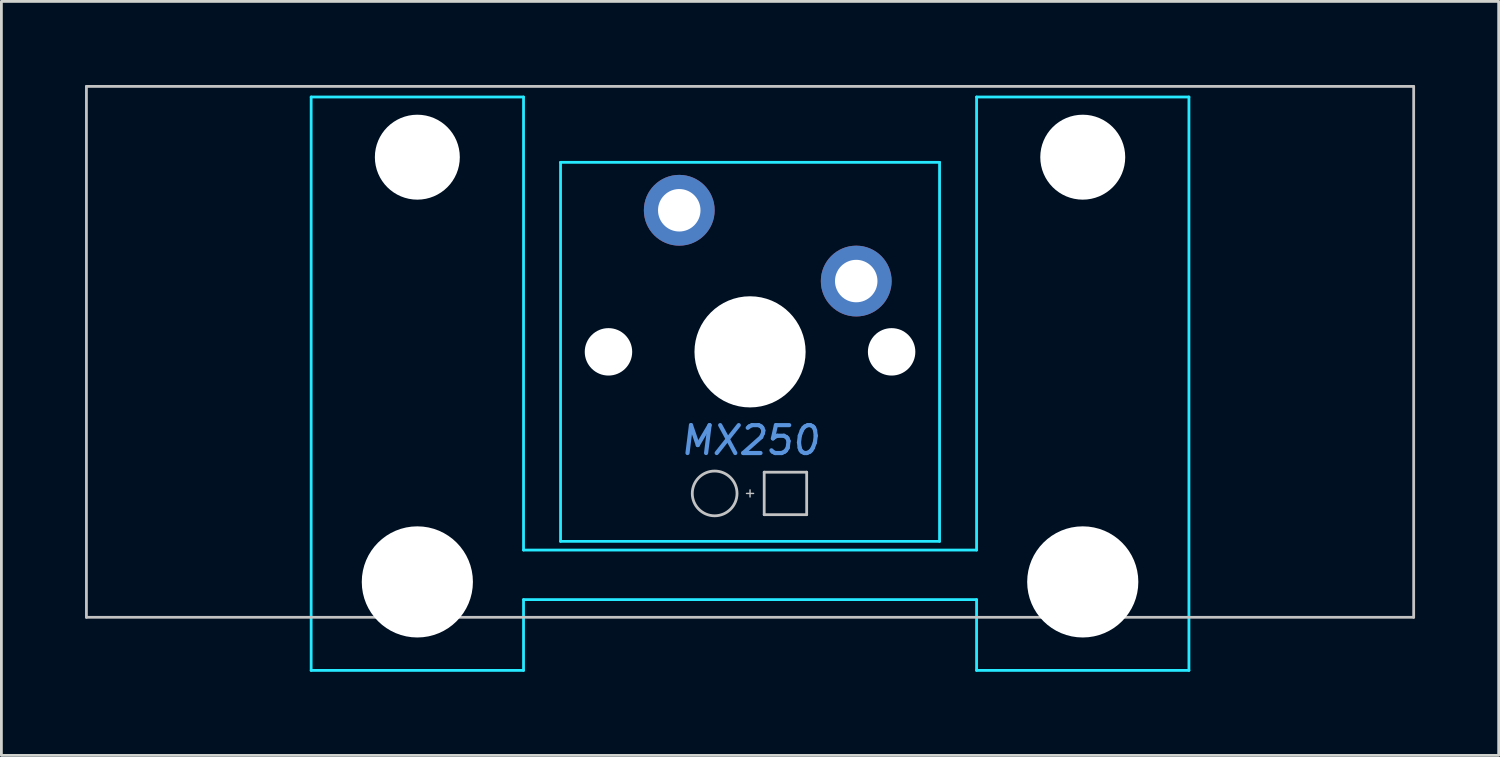
<source format=kicad_pcb>
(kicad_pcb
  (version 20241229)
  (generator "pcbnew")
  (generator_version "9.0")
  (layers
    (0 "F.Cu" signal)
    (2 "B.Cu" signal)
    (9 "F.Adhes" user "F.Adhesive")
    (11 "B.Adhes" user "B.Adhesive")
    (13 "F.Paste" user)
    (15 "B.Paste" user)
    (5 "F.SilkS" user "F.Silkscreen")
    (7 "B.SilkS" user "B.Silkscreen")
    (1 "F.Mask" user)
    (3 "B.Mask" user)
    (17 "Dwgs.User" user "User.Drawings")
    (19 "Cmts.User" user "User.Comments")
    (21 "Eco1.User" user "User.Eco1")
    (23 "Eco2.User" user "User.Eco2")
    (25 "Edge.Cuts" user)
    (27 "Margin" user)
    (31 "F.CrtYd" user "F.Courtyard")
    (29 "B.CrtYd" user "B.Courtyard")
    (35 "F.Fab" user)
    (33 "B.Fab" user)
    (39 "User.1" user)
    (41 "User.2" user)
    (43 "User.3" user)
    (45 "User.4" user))
  (footprint "MX250"
    (layer "F.Cu")
    (at 23.863 9.575)
    (property "Reference" "MX250" (at 0 3.175 0) (layer "Cmts.User") (effects (font (size 1 1) (thickness 0.15) (italic yes))))
    (attr through_hole)
    (fp_line (start -23.812 -9.525) (end -23.812 9.525) (stroke (width 0.1) (type solid)) (layer "Dwgs.User"))
    (fp_line (start -23.812 -9.525) (end 23.812 -9.525) (stroke (width 0.1) (type solid)) (layer "Dwgs.User"))
    (fp_line (start -23.812 9.525) (end 23.812 9.525) (stroke (width 0.1) (type solid)) (layer "Dwgs.User"))
    (fp_line (start -0.127 5.08) (end 0.127 5.08) (stroke (width 0.05) (type solid)) (layer "Dwgs.User"))
    (fp_line (start 0 5.207) (end 0 4.953) (stroke (width 0.05) (type solid)) (layer "Dwgs.User"))
    (fp_line (start 0.508 4.318) (end 0.508 5.842) (stroke (width 0.1) (type solid)) (layer "Dwgs.User"))
    (fp_line (start 0.508 4.318) (end 2.032 4.318) (stroke (width 0.1) (type solid)) (layer "Dwgs.User"))
    (fp_line (start 0.508 5.842) (end 2.032 5.842) (stroke (width 0.1) (type solid)) (layer "Dwgs.User"))
    (fp_line (start 2.032 5.842) (end 2.032 4.318) (stroke (width 0.1) (type solid)) (layer "Dwgs.User"))
    (fp_line (start 23.812 -9.525) (end 23.812 9.525) (stroke (width 0.1) (type solid)) (layer "Dwgs.User"))
    (fp_circle (center -1.27 5.08) (end -0.467 5.08) (stroke (width 0.1) (type solid)) (fill no) (layer "Dwgs.User"))
    (fp_line (start -17.17 -0.889) (end -17.17 -2.921) (stroke (width 0.1) (type solid)) (layer "Eco1.User"))
    (fp_line (start -16.789 -3.302) (end -16.535 -3.302) (stroke (width 0.1) (type solid)) (layer "Eco1.User"))
    (fp_line (start -16.535 -0.508) (end -16.789 -0.508) (stroke (width 0.1) (type solid)) (layer "Eco1.User"))
    (fp_line (start -16.154 -3.683) (end -16.154 -5.309) (stroke (width 0.1) (type solid)) (layer "Eco1.User"))
    (fp_line (start -16.154 6.223) (end -16.154 -0.127) (stroke (width 0.1) (type solid)) (layer "Eco1.User"))
    (fp_line (start -15.773 -5.69) (end -9.881 -5.69) (stroke (width 0.1) (type solid)) (layer "Eco1.User"))
    (fp_line (start -14.732 6.604) (end -15.773 6.604) (stroke (width 0.1) (type solid)) (layer "Eco1.User"))
    (fp_line (start -14.351 7.391) (end -14.351 6.985) (stroke (width 0.1) (type solid)) (layer "Eco1.User"))
    (fp_line (start -11.684 7.772) (end -13.97 7.772) (stroke (width 0.1) (type solid)) (layer "Eco1.User"))
    (fp_line (start -11.303 6.985) (end -11.303 7.391) (stroke (width 0.1) (type solid)) (layer "Eco1.User"))
    (fp_line (start -9.881 6.604) (end -10.922 6.604) (stroke (width 0.1) (type solid)) (layer "Eco1.User"))
    (fp_line (start -9.5 -5.309) (end -9.5 -5.258) (stroke (width 0.1) (type solid)) (layer "Eco1.User"))
    (fp_line (start -9.5 6.198) (end -9.5 6.223) (stroke (width 0.1) (type solid)) (layer "Eco1.User"))
    (fp_line (start -9.119 -4.877) (end -7.366 -4.877) (stroke (width 0.1) (type solid)) (layer "Eco1.User"))
    (fp_line (start -7.366 5.817) (end -9.119 5.817) (stroke (width 0.1) (type solid)) (layer "Eco1.User"))
    (fp_line (start -6.985 -5.258) (end -6.985 -6.604) (stroke (width 0.1) (type solid)) (layer "Eco1.User"))
    (fp_line (start -6.985 6.604) (end -6.985 6.197) (stroke (width 0.1) (type solid)) (layer "Eco1.User"))
    (fp_line (start -6.604 -6.985) (end 6.604 -6.985) (stroke (width 0.1) (type solid)) (layer "Eco1.User"))
    (fp_line (start 0 -2.159) (end 0 2.159) (stroke (width 0.1) (type solid)) (layer "Eco1.User"))
    (fp_line (start 2.159 0) (end -2.159 0) (stroke (width 0.1) (type solid)) (layer "Eco1.User"))
    (fp_line (start 6.604 6.985) (end -6.604 6.985) (stroke (width 0.1) (type solid)) (layer "Eco1.User"))
    (fp_line (start 6.985 -5.258) (end 6.985 -6.604) (stroke (width 0.1) (type solid)) (layer "Eco1.User"))
    (fp_line (start 6.985 6.604) (end 6.985 6.197) (stroke (width 0.1) (type solid)) (layer "Eco1.User"))
    (fp_line (start 7.366 5.817) (end 9.119 5.817) (stroke (width 0.1) (type solid)) (layer "Eco1.User"))
    (fp_line (start 9.119 -4.877) (end 7.366 -4.877) (stroke (width 0.1) (type solid)) (layer "Eco1.User"))
    (fp_line (start 9.5 -5.309) (end 9.5 -5.258) (stroke (width 0.1) (type solid)) (layer "Eco1.User"))
    (fp_line (start 9.5 6.198) (end 9.5 6.223) (stroke (width 0.1) (type solid)) (layer "Eco1.User"))
    (fp_line (start 9.881 6.604) (end 10.922 6.604) (stroke (width 0.1) (type solid)) (layer "Eco1.User"))
    (fp_line (start 11.303 6.985) (end 11.303 7.391) (stroke (width 0.1) (type solid)) (layer "Eco1.User"))
    (fp_line (start 11.684 7.772) (end 13.97 7.772) (stroke (width 0.1) (type solid)) (layer "Eco1.User"))
    (fp_line (start 14.351 7.391) (end 14.351 6.985) (stroke (width 0.1) (type solid)) (layer "Eco1.User"))
    (fp_line (start 14.732 6.604) (end 15.773 6.604) (stroke (width 0.1) (type solid)) (layer "Eco1.User"))
    (fp_line (start 15.773 -5.69) (end 9.881 -5.69) (stroke (width 0.1) (type solid)) (layer "Eco1.User"))
    (fp_line (start 16.154 -3.683) (end 16.154 -5.309) (stroke (width 0.1) (type solid)) (layer "Eco1.User"))
    (fp_line (start 16.154 6.223) (end 16.154 -0.127) (stroke (width 0.1) (type solid)) (layer "Eco1.User"))
    (fp_line (start 16.535 -0.508) (end 16.789 -0.508) (stroke (width 0.1) (type solid)) (layer "Eco1.User"))
    (fp_line (start 16.789 -3.302) (end 16.535 -3.302) (stroke (width 0.1) (type solid)) (layer "Eco1.User"))
    (fp_line (start 17.17 -0.889) (end 17.17 -2.921) (stroke (width 0.1) (type solid)) (layer "Eco1.User"))
    (fp_arc (start -17.1704 -2.921) (mid -17.058808 -3.190408) (end -16.7894 -3.302) (stroke (width 0.1) (type solid)) (layer "Eco1.User"))
    (fp_arc (start -16.7894 -0.508) (mid -17.058808 -0.619592) (end -17.1704 -0.889) (stroke (width 0.1) (type solid)) (layer "Eco1.User"))
    (fp_arc (start -16.5354 -0.508) (mid -16.265992 -0.396408) (end -16.1544 -0.127) (stroke (width 0.1) (type solid)) (layer "Eco1.User"))
    (fp_arc (start -16.1544 -5.3086) (mid -16.042808 -5.578008) (end -15.7734 -5.6896) (stroke (width 0.1) (type solid)) (layer "Eco1.User"))
    (fp_arc (start -16.1544 -3.683) (mid -16.265992 -3.413592) (end -16.5354 -3.302) (stroke (width 0.1) (type solid)) (layer "Eco1.User"))
    (fp_arc (start -15.7734 6.604) (mid -16.042808 6.492408) (end -16.1544 6.223) (stroke (width 0.1) (type solid)) (layer "Eco1.User"))
    (fp_arc (start -14.732 6.604) (mid -14.462592 6.715592) (end -14.351 6.985) (stroke (width 0.1) (type solid)) (layer "Eco1.User"))
    (fp_arc (start -13.97 7.7724) (mid -14.239408 7.660808) (end -14.351 7.3914) (stroke (width 0.1) (type solid)) (layer "Eco1.User"))
    (fp_arc (start -11.303 6.985) (mid -11.191408 6.715592) (end -10.922 6.604) (stroke (width 0.1) (type solid)) (layer "Eco1.User"))
    (fp_arc (start -11.303 7.3914) (mid -11.414592 7.660808) (end -11.684 7.7724) (stroke (width 0.1) (type solid)) (layer "Eco1.User"))
    (fp_arc (start -9.8806 -5.6896) (mid -9.611192 -5.578008) (end -9.4996 -5.3086) (stroke (width 0.1) (type solid)) (layer "Eco1.User"))
    (fp_arc (start -9.4996 6.1976) (mid -9.388008 5.928192) (end -9.1186 5.8166) (stroke (width 0.1) (type solid)) (layer "Eco1.User"))
    (fp_arc (start -9.4996 6.223) (mid -9.611192 6.492408) (end -9.8806 6.604) (stroke (width 0.1) (type solid)) (layer "Eco1.User"))
    (fp_arc (start -9.1186 -4.8768) (mid -9.388008 -4.988392) (end -9.4996 -5.2578) (stroke (width 0.1) (type solid)) (layer "Eco1.User"))
    (fp_arc (start -7.366 5.8166) (mid -7.096592 5.928192) (end -6.985 6.1976) (stroke (width 0.1) (type solid)) (layer "Eco1.User"))
    (fp_arc (start -6.985 -6.604) (mid -6.873408 -6.873408) (end -6.604 -6.985) (stroke (width 0.1) (type solid)) (layer "Eco1.User"))
    (fp_arc (start -6.985 -5.2578) (mid -7.096592 -4.988392) (end -7.366 -4.8768) (stroke (width 0.1) (type solid)) (layer "Eco1.User"))
    (fp_arc (start -6.604 6.985) (mid -6.873408 6.873408) (end -6.985 6.604) (stroke (width 0.1) (type solid)) (layer "Eco1.User"))
    (fp_arc (start 6.604 -6.985) (mid 6.873408 -6.873408) (end 6.985 -6.604) (stroke (width 0.1) (type solid)) (layer "Eco1.User"))
    (fp_arc (start 6.985 6.1976) (mid 7.096592 5.928192) (end 7.366 5.8166) (stroke (width 0.1) (type solid)) (layer "Eco1.User"))
    (fp_arc (start 6.985 6.604) (mid 6.873408 6.873408) (end 6.604 6.985) (stroke (width 0.1) (type solid)) (layer "Eco1.User"))
    (fp_arc (start 7.366 -4.8768) (mid 7.096592 -4.988392) (end 6.985 -5.2578) (stroke (width 0.1) (type solid)) (layer "Eco1.User"))
    (fp_arc (start 9.1186 5.8166) (mid 9.388008 5.928192) (end 9.4996 6.1976) (stroke (width 0.1) (type solid)) (layer "Eco1.User"))
    (fp_arc (start 9.4996 -5.3086) (mid 9.611192 -5.578008) (end 9.8806 -5.6896) (stroke (width 0.1) (type solid)) (layer "Eco1.User"))
    (fp_arc (start 9.4996 -5.2578) (mid 9.388008 -4.988392) (end 9.1186 -4.8768) (stroke (width 0.1) (type solid)) (layer "Eco1.User"))
    (fp_arc (start 9.8806 6.604) (mid 9.611192 6.492408) (end 9.4996 6.223) (stroke (width 0.1) (type solid)) (layer "Eco1.User"))
    (fp_arc (start 10.922 6.604) (mid 11.191408 6.715592) (end 11.303 6.985) (stroke (width 0.1) (type solid)) (layer "Eco1.User"))
    (fp_arc (start 11.684 7.7724) (mid 11.414592 7.660808) (end 11.303 7.3914) (stroke (width 0.1) (type solid)) (layer "Eco1.User"))
    (fp_arc (start 14.351 6.985) (mid 14.462592 6.715592) (end 14.732 6.604) (stroke (width 0.1) (type solid)) (layer "Eco1.User"))
    (fp_arc (start 14.351 7.3914) (mid 14.239408 7.660808) (end 13.97 7.7724) (stroke (width 0.1) (type solid)) (layer "Eco1.User"))
    (fp_arc (start 15.7734 -5.6896) (mid 16.042808 -5.578008) (end 16.1544 -5.3086) (stroke (width 0.1) (type solid)) (layer "Eco1.User"))
    (fp_arc (start 16.1544 -0.127) (mid 16.265992 -0.396408) (end 16.5354 -0.508) (stroke (width 0.1) (type solid)) (layer "Eco1.User"))
    (fp_arc (start 16.1544 6.223) (mid 16.042808 6.492408) (end 15.7734 6.604) (stroke (width 0.1) (type solid)) (layer "Eco1.User"))
    (fp_arc (start 16.5354 -3.302) (mid 16.265992 -3.413592) (end 16.1544 -3.683) (stroke (width 0.1) (type solid)) (layer "Eco1.User"))
    (fp_arc (start 16.7894 -3.302) (mid 17.058808 -3.190408) (end 17.1704 -2.921) (stroke (width 0.1) (type solid)) (layer "Eco1.User"))
    (fp_arc (start 17.1704 -0.889) (mid 17.058808 -0.619592) (end 16.7894 -0.508) (stroke (width 0.1) (type solid)) (layer "Eco1.User"))
    (fp_circle (center 0 0) (end 1.994 0) (stroke (width 0.1) (type solid)) (fill no) (layer "Eco1.User"))
    (fp_line (start -15.748 -9.144) (end -8.128 -9.144) (stroke (width 0.1) (type solid)) (layer "B.CrtYd"))
    (fp_line (start -15.748 11.43) (end -15.748 -9.144) (stroke (width 0.1) (type solid)) (layer "B.CrtYd"))
    (fp_line (start -8.128 -9.144) (end -8.128 7.112) (stroke (width 0.1) (type solid)) (layer "B.CrtYd"))
    (fp_line (start -8.128 7.112) (end 8.128 7.112) (stroke (width 0.1) (type solid)) (layer "B.CrtYd"))
    (fp_line (start -8.128 8.89) (end 8.128 8.89) (stroke (width 0.1) (type solid)) (layer "B.CrtYd"))
    (fp_line (start -8.128 11.43) (end -15.748 11.43) (stroke (width 0.1) (type solid)) (layer "B.CrtYd"))
    (fp_line (start -8.128 11.43) (end -8.128 8.89) (stroke (width 0.1) (type solid)) (layer "B.CrtYd"))
    (fp_line (start -6.8 6.8) (end -6.8 -6.8) (stroke (width 0.1) (type solid)) (layer "B.CrtYd"))
    (fp_line (start 6.8 -6.8) (end -6.8 -6.8) (stroke (width 0.1) (type solid)) (layer "B.CrtYd"))
    (fp_line (start 6.8 6.8) (end -6.8 6.8) (stroke (width 0.1) (type solid)) (layer "B.CrtYd"))
    (fp_line (start 6.8 6.8) (end 6.8 -6.8) (stroke (width 0.1) (type solid)) (layer "B.CrtYd"))
    (fp_line (start 8.128 -9.144) (end 8.128 7.112) (stroke (width 0.1) (type solid)) (layer "B.CrtYd"))
    (fp_line (start 8.128 -9.144) (end 15.748 -9.144) (stroke (width 0.1) (type solid)) (layer "B.CrtYd"))
    (fp_line (start 8.128 11.43) (end 8.128 8.89) (stroke (width 0.1) (type solid)) (layer "B.CrtYd"))
    (fp_line (start 15.748 -9.144) (end 15.748 11.43) (stroke (width 0.1) (type solid)) (layer "B.CrtYd"))
    (fp_line (start 15.748 11.43) (end 8.128 11.43) (stroke (width 0.1) (type solid)) (layer "B.CrtYd"))
    (pad "" np_thru_hole circle (at -11.938 -6.985) (size 3.048 3.048) (drill 3.048) (layers "*.Cu" "*.Mask"))
    (pad "" np_thru_hole circle (at -11.938 8.255) (size 3.988 3.988) (drill 3.988) (layers "*.Cu" "*.Mask"))
    (pad "" np_thru_hole circle (at -5.08 0) (size 1.702 1.702) (drill 1.702) (layers "*.Cu" "*.Mask"))
    (pad "" np_thru_hole circle (at 0 0) (size 3.988 3.988) (drill 3.988) (layers "*.Cu" "*.Mask"))
    (pad "" np_thru_hole circle (at 5.08 0) (size 1.702 1.702) (drill 1.702) (layers "*.Cu" "*.Mask"))
    (pad "" np_thru_hole circle (at 11.938 -6.985) (size 3.048 3.048) (drill 3.048) (layers "*.Cu" "*.Mask"))
    (pad "" np_thru_hole circle (at 11.938 8.255) (size 3.988 3.988) (drill 3.988) (layers "*.Cu" "*.Mask"))
    (pad "1" thru_hole circle (at -2.54 -5.08) (size 2.54 2.54) (drill 1.524) (layers "*.Cu" "*.Mask"))
    (pad "2" thru_hole circle (at 3.81 -2.54) (size 2.54 2.54) (drill 1.524) (layers "*.Cu" "*.Mask")))
  (gr_rect
    (start -3 -3)
    (end 50.725 24.055)
    (stroke (width 0.1) (type default))
    (fill no)
    (layer "Edge.Cuts")))
</source>
